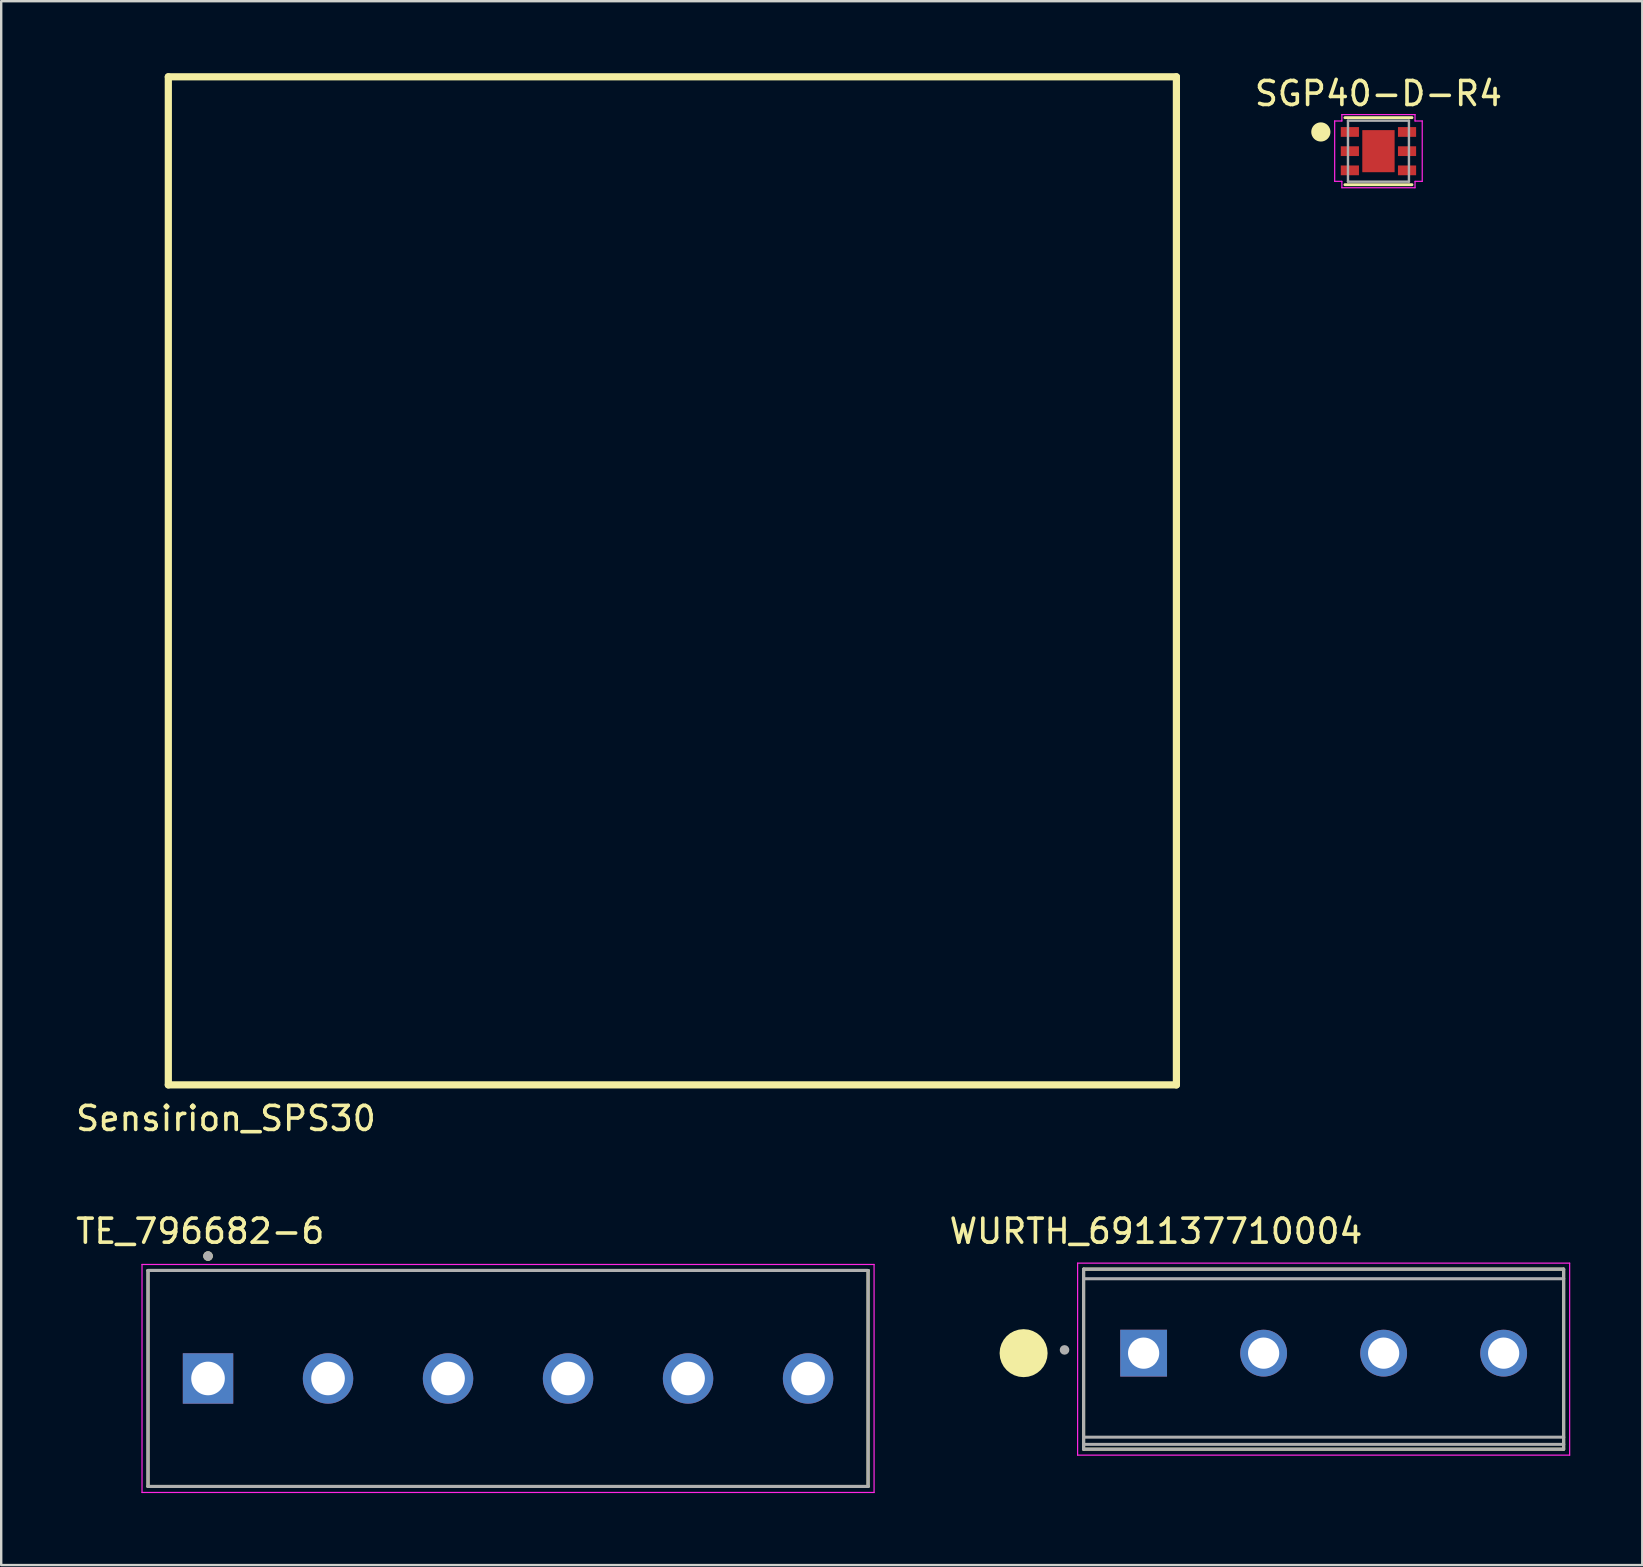
<source format=kicad_pcb>
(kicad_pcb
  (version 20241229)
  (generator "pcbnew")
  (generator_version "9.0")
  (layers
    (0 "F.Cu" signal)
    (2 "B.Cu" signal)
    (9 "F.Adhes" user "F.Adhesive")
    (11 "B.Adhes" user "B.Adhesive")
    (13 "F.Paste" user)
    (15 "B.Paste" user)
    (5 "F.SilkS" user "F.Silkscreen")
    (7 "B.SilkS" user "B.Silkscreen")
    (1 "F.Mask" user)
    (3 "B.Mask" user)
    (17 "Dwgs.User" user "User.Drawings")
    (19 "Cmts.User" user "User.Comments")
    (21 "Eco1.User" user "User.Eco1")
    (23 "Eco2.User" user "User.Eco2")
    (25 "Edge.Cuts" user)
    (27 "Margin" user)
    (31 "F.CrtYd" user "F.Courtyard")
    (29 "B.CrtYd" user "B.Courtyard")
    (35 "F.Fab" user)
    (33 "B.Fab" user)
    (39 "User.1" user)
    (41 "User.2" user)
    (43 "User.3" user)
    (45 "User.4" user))
  (footprint "SGP40-D-R4"
    (layer "F.Cu")
    (at 54.381 3.248)
    (property "Reference" "SGP40-D-R4" (at 0 -2.4 0) (layer "F.SilkS") (effects (font (size 1 1) (thickness 0.15))))
    (attr smd)
    (fp_line (start -1.397 1.397) (end 1.397 1.397) (stroke (width 0.12) (type solid)) (layer "F.SilkS"))
    (fp_line (start 1.397 -1.397) (end -1.397 -1.397) (stroke (width 0.12) (type solid)) (layer "F.SilkS"))
    (fp_circle (center -2.4 -0.8) (end -2.2 -0.8) (stroke (width 0.4) (type solid)) (fill no) (layer "F.SilkS"))
    (fp_line (start -1.824 -1.258) (end -1.524 -1.258) (stroke (width 0.05) (type solid)) (layer "F.CrtYd"))
    (fp_line (start -1.824 1.258) (end -1.824 -1.258) (stroke (width 0.05) (type solid)) (layer "F.CrtYd"))
    (fp_line (start -1.524 -1.524) (end 1.524 -1.524) (stroke (width 0.05) (type solid)) (layer "F.CrtYd"))
    (fp_line (start -1.524 -1.258) (end -1.524 -1.524) (stroke (width 0.05) (type solid)) (layer "F.CrtYd"))
    (fp_line (start -1.524 1.258) (end -1.824 1.258) (stroke (width 0.05) (type solid)) (layer "F.CrtYd"))
    (fp_line (start -1.524 1.524) (end -1.524 1.258) (stroke (width 0.05) (type solid)) (layer "F.CrtYd"))
    (fp_line (start 1.524 -1.524) (end 1.524 -1.258) (stroke (width 0.05) (type solid)) (layer "F.CrtYd"))
    (fp_line (start 1.524 -1.258) (end 1.824 -1.258) (stroke (width 0.05) (type solid)) (layer "F.CrtYd"))
    (fp_line (start 1.524 1.258) (end 1.524 1.524) (stroke (width 0.05) (type solid)) (layer "F.CrtYd"))
    (fp_line (start 1.524 1.524) (end -1.524 1.524) (stroke (width 0.05) (type solid)) (layer "F.CrtYd"))
    (fp_line (start 1.824 -1.258) (end 1.824 1.258) (stroke (width 0.05) (type solid)) (layer "F.CrtYd"))
    (fp_line (start 1.824 1.258) (end 1.524 1.258) (stroke (width 0.05) (type solid)) (layer "F.CrtYd"))
    (fp_line (start -1.27 -1.27) (end -1.27 1.27) (stroke (width 0.1) (type solid)) (layer "F.Fab"))
    (fp_line (start -1.27 1.27) (end 1.27 1.27) (stroke (width 0.1) (type solid)) (layer "F.Fab"))
    (fp_line (start 1.27 -1.27) (end -1.27 -1.27) (stroke (width 0.1) (type solid)) (layer "F.Fab"))
    (fp_line (start 1.27 1.27) (end 1.27 -1.27) (stroke (width 0.1) (type solid)) (layer "F.Fab"))
    (pad "1" smd rect (at -1.191 -0.8) (size 0.757 0.407) (layers "F.Cu" "F.Mask" "F.Paste"))
    (pad "2" smd rect (at -1.191 0) (size 0.757 0.407) (layers "F.Cu" "F.Mask" "F.Paste"))
    (pad "3" smd rect (at -1.191 0.8) (size 0.757 0.407) (layers "F.Cu" "F.Mask" "F.Paste"))
    (pad "4" smd rect (at 1.191 0.8) (size 0.757 0.407) (layers "F.Cu" "F.Mask" "F.Paste"))
    (pad "5" smd rect (at 1.191 0) (size 0.757 0.407) (layers "F.Cu" "F.Mask" "F.Paste"))
    (pad "6" smd rect (at 1.191 -0.8) (size 0.757 0.407) (layers "F.Cu" "F.Mask" "F.Paste"))
    (pad "7" smd rect (at 0 0) (size 1.346 1.753) (layers "F.Cu" "F.Mask" "F.Paste")))
  (footprint "TE_796682-6"
    (layer "F.Cu")
    (at 18.117 54.382)
    (property "Reference" "TE_796682-6" (at -12.825 -6.135 0) (layer "F.SilkS") (effects (font (size 1 1) (thickness 0.15))))
    (attr through_hole)
    (fp_line (start -15 -4.5) (end 15 -4.5) (stroke (width 0.127) (type solid)) (layer "F.SilkS"))
    (fp_line (start -15 4.5) (end -15 -4.5) (stroke (width 0.127) (type solid)) (layer "F.SilkS"))
    (fp_line (start 15 -4.5) (end 15 4.5) (stroke (width 0.127) (type solid)) (layer "F.SilkS"))
    (fp_line (start 15 4.5) (end -15 4.5) (stroke (width 0.127) (type solid)) (layer "F.SilkS"))
    (fp_circle (center -12.5 -5.1) (end -12.4 -5.1) (stroke (width 0.2) (type solid)) (fill no) (layer "F.SilkS"))
    (fp_line (start -15.25 -4.75) (end 15.25 -4.75) (stroke (width 0.05) (type solid)) (layer "F.CrtYd"))
    (fp_line (start -15.25 4.75) (end -15.25 -4.75) (stroke (width 0.05) (type solid)) (layer "F.CrtYd"))
    (fp_line (start 15.25 -4.75) (end 15.25 4.75) (stroke (width 0.05) (type solid)) (layer "F.CrtYd"))
    (fp_line (start 15.25 4.75) (end -15.25 4.75) (stroke (width 0.05) (type solid)) (layer "F.CrtYd"))
    (fp_line (start -15 -4.5) (end 15 -4.5) (stroke (width 0.127) (type solid)) (layer "F.Fab"))
    (fp_line (start -15 4.5) (end -15 -4.5) (stroke (width 0.127) (type solid)) (layer "F.Fab"))
    (fp_line (start 15 -4.5) (end 15 4.5) (stroke (width 0.127) (type solid)) (layer "F.Fab"))
    (fp_line (start 15 4.5) (end -15 4.5) (stroke (width 0.127) (type solid)) (layer "F.Fab"))
    (fp_circle (center -12.5 -5.1) (end -12.4 -5.1) (stroke (width 0.2) (type solid)) (fill no) (layer "F.Fab"))
    (pad "1" thru_hole rect (at -12.5 0) (size 2.1 2.1) (drill 1.4) (layers "*.Cu" "*.Mask"))
    (pad "2" thru_hole circle (at -7.5 0) (size 2.1 2.1) (drill 1.4) (layers "*.Cu" "*.Mask"))
    (pad "3" thru_hole circle (at -2.5 0) (size 2.1 2.1) (drill 1.4) (layers "*.Cu" "*.Mask"))
    (pad "4" thru_hole circle (at 2.5 0) (size 2.1 2.1) (drill 1.4) (layers "*.Cu" "*.Mask"))
    (pad "5" thru_hole circle (at 7.5 0) (size 2.1 2.1) (drill 1.4) (layers "*.Cu" "*.Mask"))
    (pad "6" thru_hole circle (at 12.5 0) (size 2.1 2.1) (drill 1.4) (layers "*.Cu" "*.Mask")))
  (footprint "WURTH_691137710004"
    (layer "F.Cu")
    (at 44.597 53.327)
    (property "Reference" "WURTH_691137710004" (at 0.515 -5.08 0) (layer "F.SilkS") (effects (font (size 1 1) (thickness 0.15))))
    (attr through_hole)
    (fp_line (start -2.5 -3.5) (end -2.5 4) (stroke (width 0.127) (type solid)) (layer "F.SilkS"))
    (fp_line (start -2.5 4) (end 17.5 4) (stroke (width 0.127) (type solid)) (layer "F.SilkS"))
    (fp_line (start 17.5 -3.5) (end -2.5 -3.5) (stroke (width 0.127) (type solid)) (layer "F.SilkS"))
    (fp_line (start 17.5 4) (end 17.5 -3.5) (stroke (width 0.127) (type solid)) (layer "F.SilkS"))
    (fp_circle (center -5 0) (end -4.5 0) (stroke (width 1) (type solid)) (fill no) (layer "F.SilkS"))
    (fp_line (start -2.75 -3.75) (end -2.75 4.25) (stroke (width 0.05) (type solid)) (layer "F.CrtYd"))
    (fp_line (start -2.75 4.25) (end 17.75 4.25) (stroke (width 0.05) (type solid)) (layer "F.CrtYd"))
    (fp_line (start 17.75 -3.75) (end -2.75 -3.75) (stroke (width 0.05) (type solid)) (layer "F.CrtYd"))
    (fp_line (start 17.75 4.25) (end 17.75 -3.75) (stroke (width 0.05) (type solid)) (layer "F.CrtYd"))
    (fp_line (start -2.5 -3.5) (end -2.5 -3.1) (stroke (width 0.127) (type solid)) (layer "F.Fab"))
    (fp_line (start -2.5 -3.1) (end -2.5 3.5) (stroke (width 0.127) (type solid)) (layer "F.Fab"))
    (fp_line (start -2.5 -3.1) (end 17.5 -3.1) (stroke (width 0.127) (type solid)) (layer "F.Fab"))
    (fp_line (start -2.5 3.5) (end -2.5 3.8) (stroke (width 0.127) (type solid)) (layer "F.Fab"))
    (fp_line (start -2.5 3.5) (end 17.5 3.5) (stroke (width 0.127) (type solid)) (layer "F.Fab"))
    (fp_line (start -2.5 3.8) (end -2.5 4) (stroke (width 0.127) (type solid)) (layer "F.Fab"))
    (fp_line (start -2.5 3.8) (end 17.5 3.8) (stroke (width 0.127) (type solid)) (layer "F.Fab"))
    (fp_line (start -2.5 4) (end 17.5 4) (stroke (width 0.127) (type solid)) (layer "F.Fab"))
    (fp_line (start 17.5 -3.5) (end -2.5 -3.5) (stroke (width 0.127) (type solid)) (layer "F.Fab"))
    (fp_line (start 17.5 -3.1) (end 17.5 -3.5) (stroke (width 0.127) (type solid)) (layer "F.Fab"))
    (fp_line (start 17.5 3.5) (end 17.5 -3.1) (stroke (width 0.127) (type solid)) (layer "F.Fab"))
    (fp_line (start 17.5 3.8) (end 17.5 3.5) (stroke (width 0.127) (type solid)) (layer "F.Fab"))
    (fp_line (start 17.5 4) (end 17.5 3.8) (stroke (width 0.127) (type solid)) (layer "F.Fab"))
    (fp_circle (center -3.295 -0.135) (end -3.195 -0.135) (stroke (width 0.2) (type solid)) (fill no) (layer "F.Fab"))
    (pad "1" thru_hole rect (at 0 0) (size 1.95 1.95) (drill 1.3) (layers "*.Cu" "*.Mask"))
    (pad "2" thru_hole circle (at 5 0) (size 1.95 1.95) (drill 1.3) (layers "*.Cu" "*.Mask"))
    (pad "3" thru_hole circle (at 10 0) (size 1.95 1.95) (drill 1.3) (layers "*.Cu" "*.Mask"))
    (pad "4" thru_hole circle (at 15 0) (size 1.95 1.95) (drill 1.3) (layers "*.Cu" "*.Mask")))
  (footprint "Sensirion_SPS30"
    (layer "F.Cu")
    (at 24.963 21.15)
    (property "Reference" "Sensirion_SPS30" (at -18.6 22.4 0) (layer "F.SilkS") (effects (font (size 1 1) (thickness 0.15))))
    (attr exclude_from_pos_files exclude_from_bom)
    (fp_line (start -21 21) (end -21 -21) (stroke (width 0.3) (type solid)) (layer "F.SilkS"))
    (fp_line (start 21 -21) (end -21 -21) (stroke (width 0.3) (type solid)) (layer "F.SilkS"))
    (fp_line (start 21 21) (end -21 21) (stroke (width 0.3) (type solid)) (layer "F.SilkS"))
    (fp_line (start 21 21) (end 21 -21) (stroke (width 0.3) (type solid)) (layer "F.SilkS")))
  (gr_rect
    (start -3 -3)
    (end 65.372 62.157)
    (stroke (width 0.1) (type default))
    (fill no)
    (layer "Edge.Cuts")))
</source>
